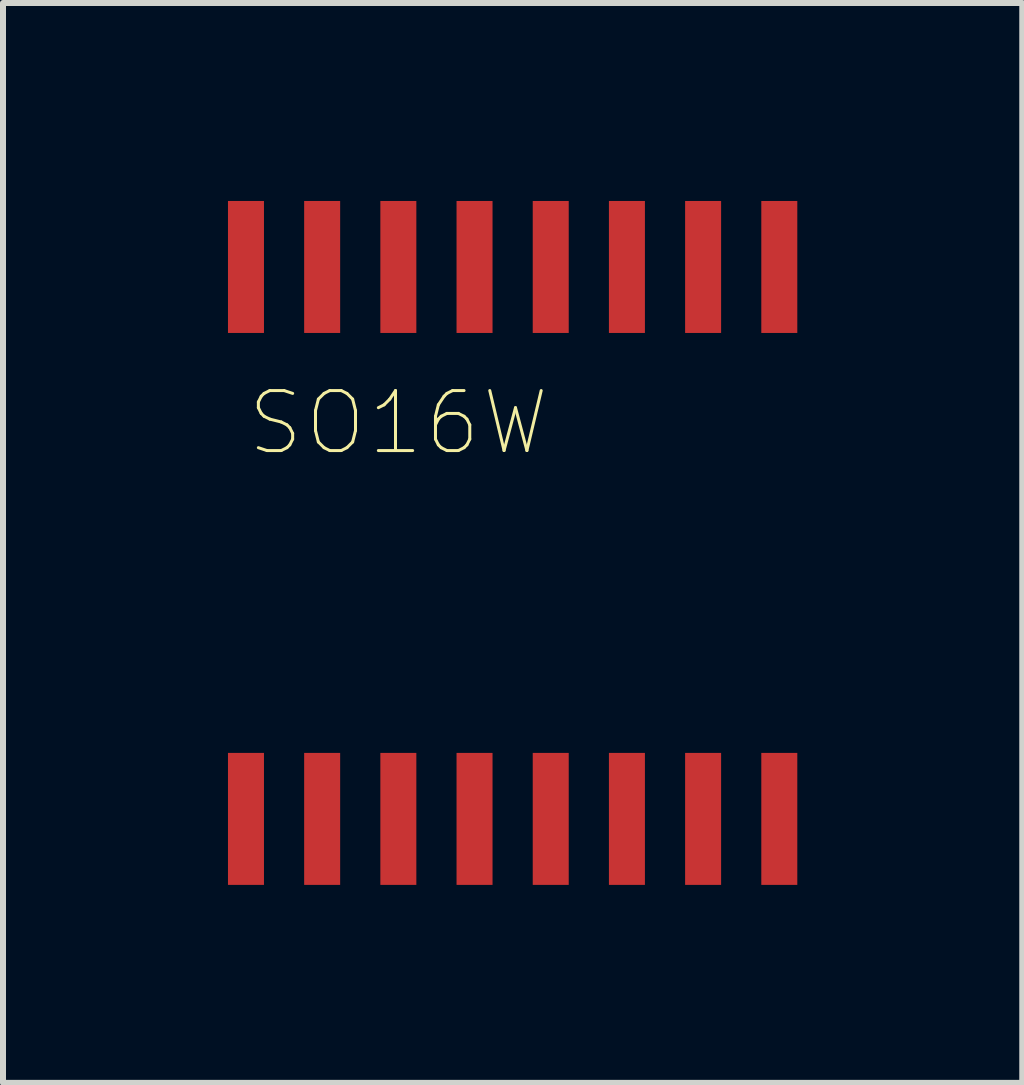
<source format=kicad_pcb>
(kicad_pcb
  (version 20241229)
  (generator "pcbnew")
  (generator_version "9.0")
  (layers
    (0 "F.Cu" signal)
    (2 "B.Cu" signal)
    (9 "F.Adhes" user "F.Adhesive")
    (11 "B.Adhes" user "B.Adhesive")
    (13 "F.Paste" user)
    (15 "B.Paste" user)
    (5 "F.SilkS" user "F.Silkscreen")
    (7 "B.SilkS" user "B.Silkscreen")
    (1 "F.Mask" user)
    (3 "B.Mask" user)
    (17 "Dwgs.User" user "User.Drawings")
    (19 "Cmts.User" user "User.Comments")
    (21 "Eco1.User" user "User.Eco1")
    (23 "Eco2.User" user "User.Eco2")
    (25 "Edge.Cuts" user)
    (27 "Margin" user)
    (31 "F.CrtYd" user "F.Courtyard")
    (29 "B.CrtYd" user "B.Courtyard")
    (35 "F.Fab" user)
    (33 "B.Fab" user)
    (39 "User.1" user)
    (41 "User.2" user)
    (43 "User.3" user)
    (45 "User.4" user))
  (footprint "SO16W"
    (layer "F.Cu")
    (at 5.495 6)
    (property "Reference" "SO16W" (at -1.905 -2 0) (layer "F.SilkS") (effects (font (size 1 1) (thickness 0.05))))
    (attr smd)
    (fp_line (start -5.395 -5.9) (end 5.395 -5.9) (stroke (width 0.2) (type solid)) (layer "Eco1.User"))
    (fp_line (start -5.395 5.9) (end -5.395 -5.9) (stroke (width 0.2) (type solid)) (layer "Eco1.User"))
    (fp_line (start 5.395 -5.9) (end 5.395 5.9) (stroke (width 0.2) (type solid)) (layer "Eco1.User"))
    (fp_line (start 5.395 5.9) (end -5.395 5.9) (stroke (width 0.2) (type solid)) (layer "Eco1.User"))
    (fp_line (start -5.19 -3.7) (end 5.19 -3.7) (stroke (width 0.203) (type solid)) (layer "Eco2.User"))
    (fp_line (start -5.19 3.2) (end -5.19 -3.7) (stroke (width 0.203) (type solid)) (layer "Eco2.User"))
    (fp_line (start -5.19 3.7) (end -5.19 3.2) (stroke (width 0.203) (type solid)) (layer "Eco2.User"))
    (fp_line (start 5.19 -3.7) (end 5.19 3.2) (stroke (width 0.203) (type solid)) (layer "Eco2.User"))
    (fp_line (start 5.19 3.2) (end -5.19 3.2) (stroke (width 0.203) (type solid)) (layer "Eco2.User"))
    (fp_line (start 5.19 3.2) (end 5.19 3.7) (stroke (width 0.203) (type solid)) (layer "Eco2.User"))
    (fp_line (start 5.19 3.7) (end -5.19 3.7) (stroke (width 0.203) (type solid)) (layer "Eco2.User"))
    (fp_poly (pts (xy -4.69 -5.32) (xy -4.2 -5.32) (xy -4.2 -3.8) (xy -4.69 -3.8)) (stroke (width 0.1) (type solid)) (fill no) (layer "Eco2.User"))
    (fp_poly (pts (xy -4.69 3.8) (xy -4.2 3.8) (xy -4.2 5.32) (xy -4.69 5.32)) (stroke (width 0.1) (type solid)) (fill no) (layer "Eco2.User"))
    (fp_poly (pts (xy -3.42 -5.32) (xy -2.93 -5.32) (xy -2.93 -3.8) (xy -3.42 -3.8)) (stroke (width 0.1) (type solid)) (fill no) (layer "Eco2.User"))
    (fp_poly (pts (xy -3.42 3.8) (xy -2.93 3.8) (xy -2.93 5.32) (xy -3.42 5.32)) (stroke (width 0.1) (type solid)) (fill no) (layer "Eco2.User"))
    (fp_poly (pts (xy -2.15 -5.32) (xy -1.66 -5.32) (xy -1.66 -3.8) (xy -2.15 -3.8)) (stroke (width 0.1) (type solid)) (fill no) (layer "Eco2.User"))
    (fp_poly (pts (xy -2.15 3.8) (xy -1.66 3.8) (xy -1.66 5.32) (xy -2.15 5.32)) (stroke (width 0.1) (type solid)) (fill no) (layer "Eco2.User"))
    (fp_poly (pts (xy -0.88 -5.32) (xy -0.39 -5.32) (xy -0.39 -3.8) (xy -0.88 -3.8)) (stroke (width 0.1) (type solid)) (fill no) (layer "Eco2.User"))
    (fp_poly (pts (xy -0.88 3.8) (xy -0.39 3.8) (xy -0.39 5.32) (xy -0.88 5.32)) (stroke (width 0.1) (type solid)) (fill no) (layer "Eco2.User"))
    (fp_poly (pts (xy 0.39 -5.32) (xy 0.88 -5.32) (xy 0.88 -3.8) (xy 0.39 -3.8)) (stroke (width 0.1) (type solid)) (fill no) (layer "Eco2.User"))
    (fp_poly (pts (xy 0.39 3.8) (xy 0.88 3.8) (xy 0.88 5.32) (xy 0.39 5.32)) (stroke (width 0.1) (type solid)) (fill no) (layer "Eco2.User"))
    (fp_poly (pts (xy 1.66 -5.32) (xy 2.15 -5.32) (xy 2.15 -3.8) (xy 1.66 -3.8)) (stroke (width 0.1) (type solid)) (fill no) (layer "Eco2.User"))
    (fp_poly (pts (xy 1.66 3.8) (xy 2.15 3.8) (xy 2.15 5.32) (xy 1.66 5.32)) (stroke (width 0.1) (type solid)) (fill no) (layer "Eco2.User"))
    (fp_poly (pts (xy 2.93 -5.32) (xy 3.42 -5.32) (xy 3.42 -3.8) (xy 2.93 -3.8)) (stroke (width 0.1) (type solid)) (fill no) (layer "Eco2.User"))
    (fp_poly (pts (xy 2.93 3.8) (xy 3.42 3.8) (xy 3.42 5.32) (xy 2.93 5.32)) (stroke (width 0.1) (type solid)) (fill no) (layer "Eco2.User"))
    (fp_poly (pts (xy 4.2 -5.32) (xy 4.69 -5.32) (xy 4.69 -3.8) (xy 4.2 -3.8)) (stroke (width 0.1) (type solid)) (fill no) (layer "Eco2.User"))
    (fp_poly (pts (xy 4.2 3.8) (xy 4.69 3.8) (xy 4.69 5.32) (xy 4.2 5.32)) (stroke (width 0.1) (type solid)) (fill no) (layer "Eco2.User"))
    (pad "1" smd rect (at -4.445 4.6) (size 0.6 2.2) (layers "F.Cu" "F.Paste"))
    (pad "2" smd rect (at -3.175 4.6) (size 0.6 2.2) (layers "F.Cu" "F.Paste"))
    (pad "3" smd rect (at -1.905 4.6) (size 0.6 2.2) (layers "F.Cu" "F.Paste"))
    (pad "4" smd rect (at -0.635 4.6) (size 0.6 2.2) (layers "F.Cu" "F.Paste"))
    (pad "5" smd rect (at 0.635 4.6) (size 0.6 2.2) (layers "F.Cu" "F.Paste"))
    (pad "6" smd rect (at 1.905 4.6) (size 0.6 2.2) (layers "F.Cu" "F.Paste"))
    (pad "7" smd rect (at 3.175 4.6) (size 0.6 2.2) (layers "F.Cu" "F.Paste"))
    (pad "8" smd rect (at 4.445 4.6) (size 0.6 2.2) (layers "F.Cu" "F.Paste"))
    (pad "9" smd rect (at 4.445 -4.6) (size 0.6 2.2) (layers "F.Cu" "F.Paste"))
    (pad "10" smd rect (at 3.175 -4.6) (size 0.6 2.2) (layers "F.Cu" "F.Paste"))
    (pad "11" smd rect (at 1.905 -4.6) (size 0.6 2.2) (layers "F.Cu" "F.Paste"))
    (pad "12" smd rect (at 0.635 -4.6) (size 0.6 2.2) (layers "F.Cu" "F.Paste"))
    (pad "13" smd rect (at -0.635 -4.6) (size 0.6 2.2) (layers "F.Cu" "F.Paste"))
    (pad "14" smd rect (at -1.905 -4.6) (size 0.6 2.2) (layers "F.Cu" "F.Paste"))
    (pad "15" smd rect (at -3.175 -4.6) (size 0.6 2.2) (layers "F.Cu" "F.Paste"))
    (pad "16" smd rect (at -4.445 -4.6) (size 0.6 2.2) (layers "F.Cu" "F.Paste")))
  (gr_rect
    (start -3 -3)
    (end 13.99 15)
    (stroke (width 0.1) (type default))
    (fill no)
    (layer "Edge.Cuts")))
</source>
